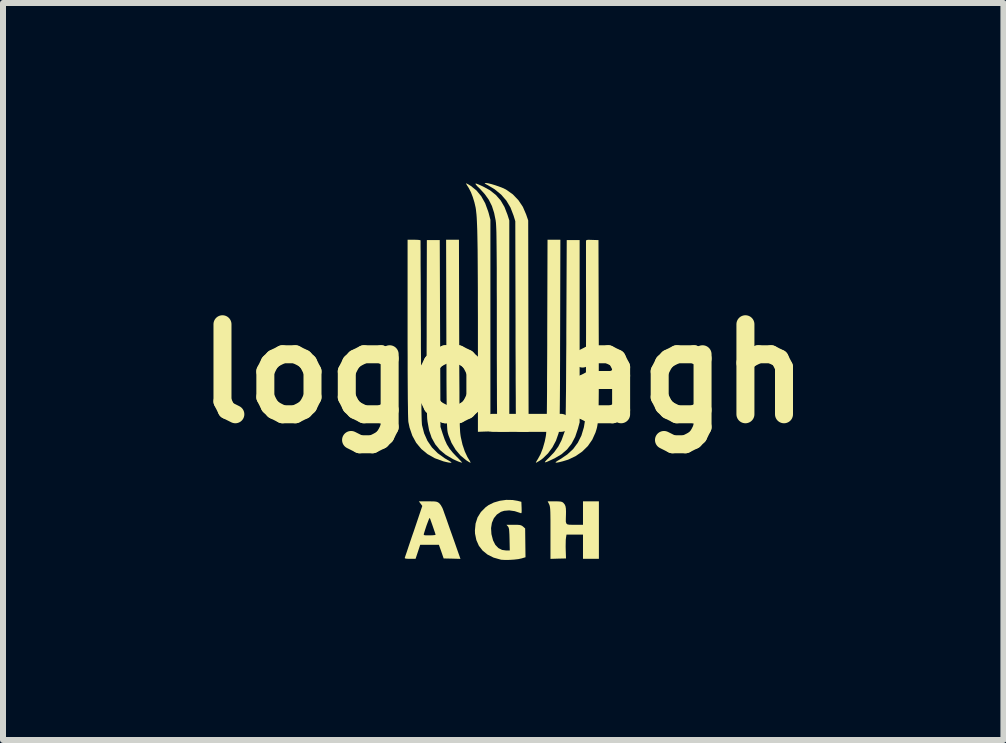
<source format=kicad_pcb>
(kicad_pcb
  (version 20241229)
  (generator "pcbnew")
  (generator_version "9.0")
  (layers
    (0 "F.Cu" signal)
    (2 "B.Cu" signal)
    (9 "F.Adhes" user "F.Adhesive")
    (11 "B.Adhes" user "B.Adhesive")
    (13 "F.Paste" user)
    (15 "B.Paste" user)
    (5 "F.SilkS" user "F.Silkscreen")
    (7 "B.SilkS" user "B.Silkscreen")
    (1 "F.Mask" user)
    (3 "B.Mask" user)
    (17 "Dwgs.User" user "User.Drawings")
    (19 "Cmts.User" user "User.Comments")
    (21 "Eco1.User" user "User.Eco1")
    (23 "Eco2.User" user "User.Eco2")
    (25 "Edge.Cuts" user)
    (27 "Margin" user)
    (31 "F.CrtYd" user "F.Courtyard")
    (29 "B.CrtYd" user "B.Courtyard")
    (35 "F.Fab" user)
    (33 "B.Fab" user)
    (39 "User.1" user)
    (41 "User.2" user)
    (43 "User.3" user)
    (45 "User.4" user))
  (footprint "logo_agh"
    (layer "F.Cu")
    (at 5.336 3.175)
    (property "Reference" "logo_agh" (at 0 0 0) (layer "F.SilkS") (effects (font (size 1.5 1.5) (thickness 0.3))))
    (attr board_only exclude_from_pos_files exclude_from_bom)
    (fp_poly (pts (xy 1.273 -0.706) (xy 1.273 0.813) (xy 1.244 0.92) (xy 1.199 1.054) (xy 1.139 1.168) (xy 1.063 1.265) (xy 0.969 1.346) (xy 0.855 1.413) (xy 0.85 1.415) (xy 0.78 1.448) (xy 0.731 1.47) (xy 0.703 1.479) (xy 0.693 1.477) (xy 0.702 1.462) (xy 0.728 1.435) (xy 0.761 1.403) (xy 0.847 1.313) (xy 0.917 1.217) (xy 0.972 1.11) (xy 1.017 0.985) (xy 1.029 0.945) (xy 1.031 0.93) (xy 1.034 0.903) (xy 1.036 0.862) (xy 1.038 0.808) (xy 1.04 0.738) (xy 1.041 0.652) (xy 1.043 0.549) (xy 1.044 0.427) (xy 1.046 0.287) (xy 1.047 0.125) (xy 1.048 -0.057) (xy 1.049 -0.262) (xy 1.051 -0.491) (xy 1.051 -0.668) (xy 1.058 -2.224) (xy 1.165 -2.224) (xy 1.273 -2.224)) (stroke (width 0) (type solid)) (fill yes) (layer "F.SilkS"))
    (fp_poly (pts (xy -1.052 -0.668) (xy -1.046 0.888) (xy -1.01 1.001) (xy -0.976 1.099) (xy -0.94 1.179) (xy -0.896 1.25) (xy -0.84 1.319) (xy -0.786 1.376) (xy -0.744 1.418) (xy -0.712 1.452) (xy -0.691 1.476) (xy -0.684 1.486) (xy -0.684 1.486) (xy -0.702 1.481) (xy -0.724 1.475) (xy -0.751 1.465) (xy -0.792 1.447) (xy -0.838 1.425) (xy -0.838 1.425) (xy -0.957 1.355) (xy -1.055 1.274) (xy -1.133 1.179) (xy -1.193 1.07) (xy -1.236 0.944) (xy -1.262 0.8) (xy -1.267 0.756) (xy -1.269 0.718) (xy -1.271 0.656) (xy -1.272 0.57) (xy -1.274 0.461) (xy -1.275 0.331) (xy -1.276 0.179) (xy -1.276 0.007) (xy -1.277 -0.184) (xy -1.277 -0.394) (xy -1.276 -0.622) (xy -1.276 -0.806) (xy -1.273 -2.224) (xy -1.165 -2.224) (xy -1.058 -2.224)) (stroke (width 0) (type solid)) (fill yes) (layer "F.SilkS"))
    (fp_poly (pts (xy -0.608 -3.166) (xy -0.581 -3.152) (xy -0.544 -3.129) (xy -0.54 -3.127) (xy -0.446 -3.051) (xy -0.366 -2.954) (xy -0.301 -2.838) (xy -0.251 -2.701) (xy -0.242 -2.671) (xy -0.214 -2.564) (xy -0.214 -0.8) (xy -0.214 0.964) (xy -0.318 0.967) (xy -0.422 0.971) (xy -0.422 -0.67) (xy -0.422 -0.934) (xy -0.423 -1.174) (xy -0.423 -1.392) (xy -0.424 -1.588) (xy -0.425 -1.763) (xy -0.426 -1.92) (xy -0.427 -2.06) (xy -0.429 -2.183) (xy -0.431 -2.291) (xy -0.433 -2.385) (xy -0.436 -2.467) (xy -0.439 -2.538) (xy -0.442 -2.598) (xy -0.446 -2.65) (xy -0.451 -2.695) (xy -0.455 -2.733) (xy -0.46 -2.765) (xy -0.48 -2.852) (xy -0.507 -2.94) (xy -0.538 -3.021) (xy -0.572 -3.087) (xy -0.581 -3.102) (xy -0.603 -3.136) (xy -0.617 -3.161) (xy -0.62 -3.171)) (stroke (width 0) (type solid)) (fill yes) (layer "F.SilkS"))
    (fp_poly (pts (xy -0.249 -3.17) (xy -0.196 -3.157) (xy -0.133 -3.138) (xy -0.069 -3.116) (xy -0.008 -3.092) (xy 0.041 -3.069) (xy 0.051 -3.063) (xy 0.16 -2.986) (xy 0.252 -2.89) (xy 0.327 -2.778) (xy 0.381 -2.653) (xy 0.416 -2.551) (xy 0.419 -0.791) (xy 0.423 0.97) (xy 0.321 0.97) (xy 0.262 0.968) (xy 0.227 0.963) (xy 0.214 0.954) (xy 0.213 0.94) (xy 0.212 0.902) (xy 0.212 0.842) (xy 0.211 0.761) (xy 0.21 0.66) (xy 0.209 0.542) (xy 0.209 0.407) (xy 0.208 0.257) (xy 0.207 0.093) (xy 0.207 -0.082) (xy 0.206 -0.269) (xy 0.205 -0.464) (xy 0.205 -0.668) (xy 0.205 -0.8) (xy 0.201 -2.539) (xy 0.172 -2.633) (xy 0.121 -2.766) (xy 0.052 -2.882) (xy -0.035 -2.982) (xy -0.142 -3.07) (xy -0.251 -3.136) (xy -0.289 -3.156) (xy -0.307 -3.168) (xy -0.307 -3.174) (xy -0.291 -3.175) (xy -0.285 -3.175)) (stroke (width 0) (type solid)) (fill yes) (layer "F.SilkS"))
    (fp_poly (pts (xy 0.916 2.13) (xy 0.954 2.133) (xy 0.978 2.139) (xy 0.996 2.149) (xy 1.002 2.155) (xy 1.024 2.181) (xy 1.037 2.21) (xy 1.044 2.249) (xy 1.046 2.304) (xy 1.045 2.357) (xy 1.043 2.423) (xy 1.043 2.469) (xy 1.051 2.497) (xy 1.069 2.513) (xy 1.101 2.519) (xy 1.15 2.52) (xy 1.191 2.52) (xy 1.329 2.52) (xy 1.329 2.325) (xy 1.329 2.129) (xy 1.462 2.129) (xy 1.594 2.129) (xy 1.594 2.608) (xy 1.594 3.087) (xy 1.462 3.087) (xy 1.329 3.087) (xy 1.329 2.885) (xy 1.329 2.684) (xy 1.192 2.684) (xy 1.054 2.684) (xy 1.046 2.735) (xy 1.042 2.769) (xy 1.041 2.82) (xy 1.04 2.882) (xy 1.041 2.934) (xy 1.046 3.081) (xy 0.917 3.084) (xy 0.787 3.088) (xy 0.787 2.655) (xy 0.787 2.538) (xy 0.787 2.444) (xy 0.786 2.369) (xy 0.785 2.312) (xy 0.783 2.268) (xy 0.78 2.236) (xy 0.776 2.212) (xy 0.772 2.195) (xy 0.766 2.18) (xy 0.764 2.176) (xy 0.74 2.129) (xy 0.858 2.129)) (stroke (width 0) (type solid)) (fill yes) (layer "F.SilkS"))
    (fp_poly (pts (xy 0.948 -0.658) (xy 0.947 -0.426) (xy 0.947 -0.217) (xy 0.946 -0.03) (xy 0.946 0.135) (xy 0.945 0.281) (xy 0.944 0.408) (xy 0.943 0.518) (xy 0.942 0.613) (xy 0.941 0.693) (xy 0.94 0.76) (xy 0.938 0.816) (xy 0.937 0.862) (xy 0.935 0.899) (xy 0.933 0.928) (xy 0.93 0.951) (xy 0.928 0.97) (xy 0.924 0.985) (xy 0.922 0.995) (xy 0.879 1.118) (xy 0.819 1.231) (xy 0.745 1.331) (xy 0.661 1.413) (xy 0.613 1.448) (xy 0.578 1.469) (xy 0.553 1.483) (xy 0.544 1.487) (xy 0.546 1.477) (xy 0.559 1.453) (xy 0.579 1.421) (xy 0.622 1.342) (xy 0.66 1.244) (xy 0.692 1.131) (xy 0.708 1.052) (xy 0.711 1.033) (xy 0.714 1.01) (xy 0.716 0.982) (xy 0.719 0.947) (xy 0.721 0.905) (xy 0.722 0.853) (xy 0.724 0.791) (xy 0.725 0.717) (xy 0.727 0.63) (xy 0.728 0.528) (xy 0.729 0.41) (xy 0.73 0.275) (xy 0.73 0.121) (xy 0.731 -0.053) (xy 0.732 -0.248) (xy 0.733 -0.467) (xy 0.733 -0.646) (xy 0.738 -2.23) (xy 0.845 -2.23) (xy 0.952 -2.23)) (stroke (width 0) (type solid)) (fill yes) (layer "F.SilkS"))
    (fp_poly (pts (xy -0.734 -0.646) (xy -0.733 -0.411) (xy -0.733 -0.2) (xy -0.732 -0.011) (xy -0.731 0.156) (xy -0.73 0.304) (xy -0.73 0.433) (xy -0.729 0.546) (xy -0.728 0.643) (xy -0.726 0.726) (xy -0.725 0.797) (xy -0.724 0.856) (xy -0.722 0.905) (xy -0.72 0.945) (xy -0.718 0.978) (xy -0.715 1.006) (xy -0.712 1.029) (xy -0.709 1.048) (xy -0.708 1.056) (xy -0.679 1.184) (xy -0.641 1.297) (xy -0.597 1.391) (xy -0.579 1.421) (xy -0.558 1.454) (xy -0.546 1.478) (xy -0.545 1.487) (xy -0.56 1.48) (xy -0.589 1.463) (xy -0.618 1.444) (xy -0.712 1.366) (xy -0.794 1.269) (xy -0.862 1.155) (xy -0.912 1.029) (xy -0.922 0.995) (xy -0.925 0.982) (xy -0.928 0.966) (xy -0.931 0.947) (xy -0.933 0.922) (xy -0.935 0.891) (xy -0.937 0.853) (xy -0.939 0.805) (xy -0.94 0.747) (xy -0.941 0.676) (xy -0.942 0.593) (xy -0.943 0.495) (xy -0.944 0.381) (xy -0.945 0.25) (xy -0.946 0.1) (xy -0.946 -0.07) (xy -0.947 -0.261) (xy -0.948 -0.475) (xy -0.948 -0.658) (xy -0.952 -2.23) (xy -0.845 -2.23) (xy -0.738 -2.23)) (stroke (width 0) (type solid)) (fill yes) (layer "F.SilkS"))
    (fp_poly (pts (xy -0.419 -3.154) (xy -0.364 -3.13) (xy -0.34 -3.119) (xy -0.221 -3.054) (xy -0.123 -2.976) (xy -0.043 -2.885) (xy 0.021 -2.775) (xy 0.071 -2.646) (xy 0.071 -2.646) (xy 0.101 -2.551) (xy 0.101 -0.794) (xy 0.101 0.964) (xy 0.006 0.967) (xy -0.041 0.968) (xy -0.078 0.966) (xy -0.097 0.963) (xy -0.098 0.962) (xy -0.099 0.949) (xy -0.1 0.912) (xy -0.101 0.852) (xy -0.102 0.772) (xy -0.103 0.672) (xy -0.104 0.555) (xy -0.105 0.421) (xy -0.105 0.272) (xy -0.106 0.11) (xy -0.106 -0.064) (xy -0.107 -0.249) (xy -0.107 -0.443) (xy -0.107 -0.644) (xy -0.107 -0.736) (xy -0.107 -0.984) (xy -0.107 -1.207) (xy -0.108 -1.409) (xy -0.108 -1.588) (xy -0.108 -1.748) (xy -0.109 -1.889) (xy -0.11 -2.012) (xy -0.111 -2.119) (xy -0.112 -2.211) (xy -0.113 -2.289) (xy -0.114 -2.355) (xy -0.116 -2.409) (xy -0.118 -2.453) (xy -0.12 -2.489) (xy -0.122 -2.518) (xy -0.125 -2.54) (xy -0.125 -2.545) (xy -0.152 -2.678) (xy -0.189 -2.793) (xy -0.24 -2.895) (xy -0.307 -2.989) (xy -0.383 -3.073) (xy -0.429 -3.118) (xy -0.456 -3.149) (xy -0.464 -3.164) (xy -0.452 -3.166)) (stroke (width 0) (type solid)) (fill yes) (layer "F.SilkS"))
    (fp_poly (pts (xy -1.438 -2.229) (xy -1.401 -2.226) (xy -1.381 -2.222) (xy -1.379 -2.221) (xy -1.378 -2.207) (xy -1.378 -2.17) (xy -1.378 -2.111) (xy -1.377 -2.031) (xy -1.377 -1.932) (xy -1.377 -1.816) (xy -1.376 -1.684) (xy -1.375 -1.538) (xy -1.375 -1.379) (xy -1.374 -1.208) (xy -1.374 -1.029) (xy -1.373 -0.841) (xy -1.372 -0.713) (xy -1.372 -0.46) (xy -1.37 -0.228) (xy -1.369 -0.017) (xy -1.368 0.173) (xy -1.366 0.34) (xy -1.364 0.485) (xy -1.363 0.608) (xy -1.361 0.706) (xy -1.359 0.781) (xy -1.356 0.832) (xy -1.354 0.858) (xy -1.354 0.858) (xy -1.318 0.997) (xy -1.263 1.121) (xy -1.188 1.231) (xy -1.091 1.328) (xy -0.973 1.413) (xy -0.926 1.441) (xy -0.886 1.464) (xy -0.866 1.477) (xy -0.863 1.484) (xy -0.876 1.486) (xy -0.882 1.486) (xy -0.914 1.482) (xy -0.96 1.472) (xy -1 1.462) (xy -1.14 1.411) (xy -1.262 1.342) (xy -1.365 1.257) (xy -1.45 1.155) (xy -1.515 1.036) (xy -1.561 0.901) (xy -1.581 0.806) (xy -1.583 0.78) (xy -1.585 0.728) (xy -1.587 0.653) (xy -1.588 0.554) (xy -1.59 0.432) (xy -1.591 0.288) (xy -1.592 0.123) (xy -1.593 -0.064) (xy -1.593 -0.271) (xy -1.594 -0.498) (xy -1.594 -0.745) (xy -1.594 -0.753) (xy -1.594 -2.23) (xy -1.487 -2.23)) (stroke (width 0) (type solid)) (fill yes) (layer "F.SilkS"))
    (fp_poly (pts (xy 0.156 2.107) (xy 0.239 2.121) (xy 0.302 2.137) (xy 0.306 2.236) (xy 0.307 2.285) (xy 0.306 2.313) (xy 0.302 2.326) (xy 0.293 2.327) (xy 0.287 2.324) (xy 0.191 2.293) (xy 0.1 2.28) (xy 0.016 2.287) (xy -0.038 2.304) (xy -0.106 2.349) (xy -0.156 2.41) (xy -0.189 2.487) (xy -0.203 2.575) (xy -0.197 2.673) (xy -0.195 2.683) (xy -0.17 2.779) (xy -0.132 2.854) (xy -0.081 2.908) (xy -0.019 2.939) (xy 0.047 2.948) (xy 0.109 2.948) (xy 0.105 2.761) (xy 0.103 2.686) (xy 0.1 2.633) (xy 0.097 2.596) (xy 0.091 2.571) (xy 0.084 2.555) (xy 0.077 2.546) (xy 0.053 2.52) (xy 0.174 2.52) (xy 0.231 2.52) (xy 0.27 2.523) (xy 0.296 2.529) (xy 0.316 2.539) (xy 0.33 2.55) (xy 0.365 2.581) (xy 0.368 2.821) (xy 0.371 3.061) (xy 0.307 3.08) (xy 0.252 3.092) (xy 0.182 3.1) (xy 0.106 3.105) (xy 0.033 3.106) (xy -0.028 3.103) (xy -0.044 3.1) (xy -0.161 3.067) (xy -0.261 3.017) (xy -0.343 2.951) (xy -0.406 2.87) (xy -0.448 2.775) (xy -0.47 2.668) (xy -0.472 2.614) (xy -0.461 2.5) (xy -0.428 2.397) (xy -0.372 2.307) (xy -0.295 2.229) (xy -0.243 2.191) (xy -0.157 2.149) (xy -0.057 2.12) (xy 0.05 2.105)) (stroke (width 0) (type solid)) (fill yes) (layer "F.SilkS"))
    (fp_poly (pts (xy -1.19 2.13) (xy -1.146 2.131) (xy -1.116 2.135) (xy -1.095 2.142) (xy -1.078 2.152) (xy -1.067 2.16) (xy -1.04 2.193) (xy -1.014 2.239) (xy -1.004 2.264) (xy -0.994 2.291) (xy -0.982 2.326) (xy -0.966 2.37) (xy -0.946 2.426) (xy -0.922 2.495) (xy -0.892 2.581) (xy -0.855 2.685) (xy -0.811 2.809) (xy -0.781 2.895) (xy -0.713 3.088) (xy -0.853 3.084) (xy -0.993 3.081) (xy -1.032 2.967) (xy -1.072 2.854) (xy -1.228 2.854) (xy -1.384 2.854) (xy -1.422 2.97) (xy -1.461 3.087) (xy -1.554 3.087) (xy -1.604 3.086) (xy -1.632 3.082) (xy -1.642 3.074) (xy -1.641 3.071) (xy -1.636 3.056) (xy -1.624 3.02) (xy -1.605 2.965) (xy -1.582 2.895) (xy -1.554 2.812) (xy -1.523 2.72) (xy -1.51 2.682) (xy -1.325 2.682) (xy -1.321 2.69) (xy -1.305 2.695) (xy -1.272 2.696) (xy -1.229 2.696) (xy -1.182 2.695) (xy -1.147 2.692) (xy -1.129 2.688) (xy -1.128 2.687) (xy -1.13 2.676) (xy -1.138 2.65) (xy -1.153 2.607) (xy -1.174 2.545) (xy -1.203 2.463) (xy -1.223 2.406) (xy -1.229 2.41) (xy -1.242 2.435) (xy -1.258 2.477) (xy -1.279 2.533) (xy -1.301 2.6) (xy -1.322 2.668) (xy -1.325 2.682) (xy -1.51 2.682) (xy -1.492 2.631) (xy -1.349 2.206) (xy -1.377 2.168) (xy -1.406 2.129) (xy -1.255 2.129)) (stroke (width 0) (type solid)) (fill yes) (layer "F.SilkS"))
    (fp_poly (pts (xy 1.46 -2.228) (xy 1.484 -2.227) (xy 1.587 -2.224) (xy 1.591 -0.762) (xy 1.592 -0.53) (xy 1.592 -0.322) (xy 1.592 -0.136) (xy 1.592 0.029) (xy 1.592 0.174) (xy 1.592 0.302) (xy 1.591 0.413) (xy 1.59 0.509) (xy 1.588 0.592) (xy 1.586 0.662) (xy 1.583 0.721) (xy 1.58 0.771) (xy 1.576 0.814) (xy 1.571 0.85) (xy 1.566 0.881) (xy 1.56 0.908) (xy 1.553 0.933) (xy 1.545 0.958) (xy 1.538 0.981) (xy 1.484 1.101) (xy 1.41 1.208) (xy 1.316 1.3) (xy 1.206 1.376) (xy 1.081 1.435) (xy 0.992 1.462) (xy 0.928 1.478) (xy 0.888 1.485) (xy 0.871 1.483) (xy 0.877 1.473) (xy 0.904 1.454) (xy 0.947 1.429) (xy 1.066 1.349) (xy 1.165 1.258) (xy 1.243 1.152) (xy 1.303 1.032) (xy 1.344 0.895) (xy 1.367 0.754) (xy 1.369 0.718) (xy 1.371 0.657) (xy 1.373 0.572) (xy 1.375 0.464) (xy 1.376 0.333) (xy 1.377 0.18) (xy 1.378 0.005) (xy 1.379 -0.191) (xy 1.379 -0.408) (xy 1.38 -0.644) (xy 1.38 -0.781) (xy 1.38 -0.967) (xy 1.38 -1.147) (xy 1.38 -1.318) (xy 1.379 -1.479) (xy 1.379 -1.628) (xy 1.379 -1.764) (xy 1.379 -1.885) (xy 1.379 -1.989) (xy 1.379 -2.075) (xy 1.379 -2.141) (xy 1.379 -2.186) (xy 1.379 -2.207) (xy 1.379 -2.209) (xy 1.382 -2.22) (xy 1.393 -2.226) (xy 1.417 -2.229)) (stroke (width 0) (type solid)) (fill yes) (layer "F.SilkS")))
  (gr_rect
    (start -3 -3)
    (end 13.671 9.281)
    (stroke (width 0.1) (type default))
    (fill no)
    (layer "Edge.Cuts")))
</source>
